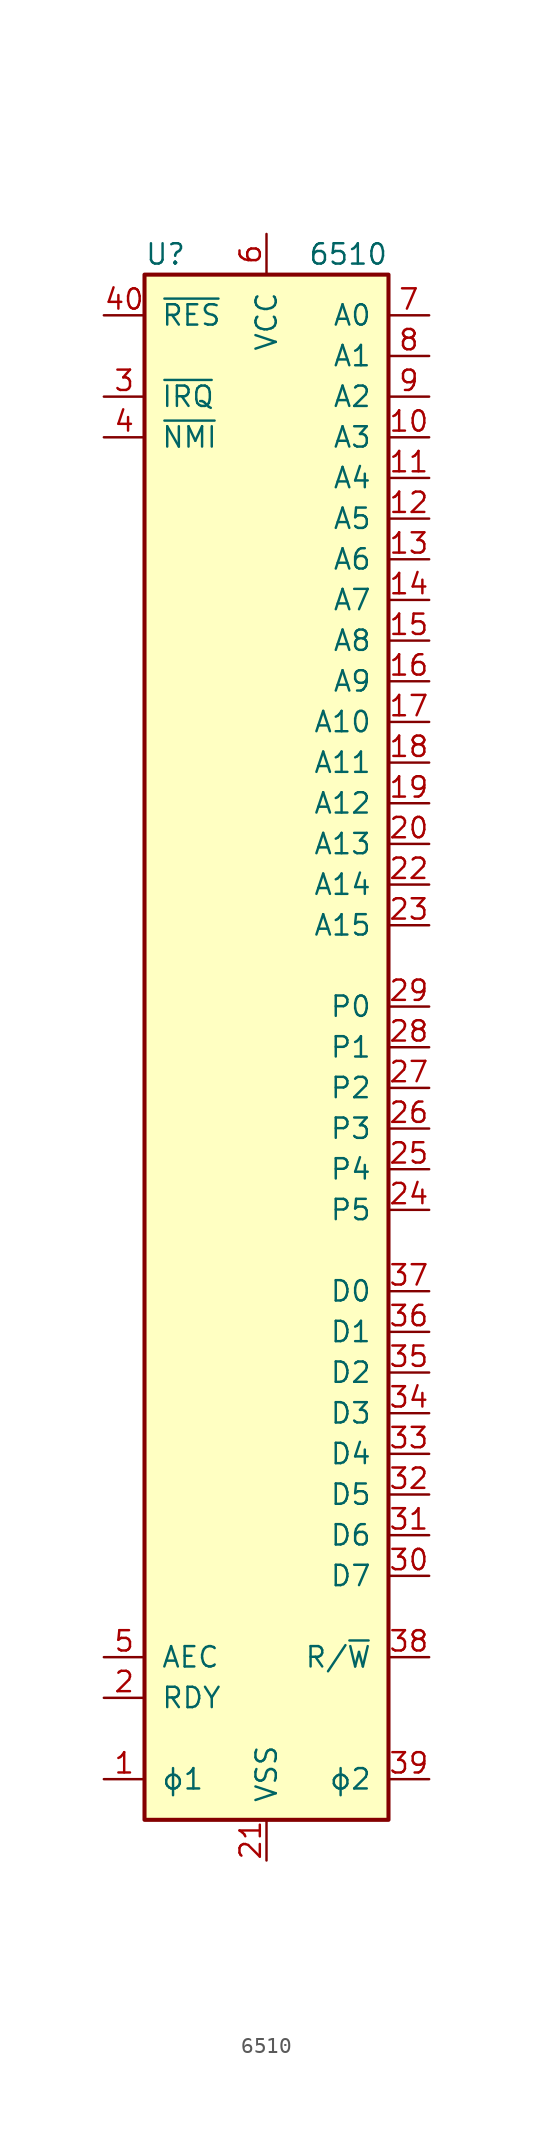
<source format=kicad_sym>
(kicad_symbol_lib
  (version 20220914)
  (generator kicad_symbol_editor)
  (symbol "6510"
    (pin_names
      (offset 1.016))
    (property "Reference" "U"
      (at -7.62 49.53 0)
      (effects (font (size 1.27 1.27)) (justify left)))
    (property "Value" "6510"
      (at 7.62 49.53 0)
      (effects (font (size 1.27 1.27)) (justify right)))
    (symbol "6510_0_1"
      (rectangle (start -7.62 48.26) (end 7.62 -48.26) (stroke (width 0.254) (type default)) (fill (type background))))
    (symbol "6510_1_1"
      (pin input line (at -10.16 -45.72 0) (length 2.54) (name "ϕ1" (effects (font (size 1.27 1.27)))) (number "1" (effects (font (size 1.27 1.27)))))
      (pin tri_state line (at 10.16 38.1 180) (length 2.54) (name "A3" (effects (font (size 1.27 1.27)))) (number "10" (effects (font (size 1.27 1.27)))))
      (pin tri_state line (at 10.16 35.56 180) (length 2.54) (name "A4" (effects (font (size 1.27 1.27)))) (number "11" (effects (font (size 1.27 1.27)))))
      (pin tri_state line (at 10.16 33.02 180) (length 2.54) (name "A5" (effects (font (size 1.27 1.27)))) (number "12" (effects (font (size 1.27 1.27)))))
      (pin tri_state line (at 10.16 30.48 180) (length 2.54) (name "A6" (effects (font (size 1.27 1.27)))) (number "13" (effects (font (size 1.27 1.27)))))
      (pin tri_state line (at 10.16 27.94 180) (length 2.54) (name "A7" (effects (font (size 1.27 1.27)))) (number "14" (effects (font (size 1.27 1.27)))))
      (pin tri_state line (at 10.16 25.4 180) (length 2.54) (name "A8" (effects (font (size 1.27 1.27)))) (number "15" (effects (font (size 1.27 1.27)))))
      (pin tri_state line (at 10.16 22.86 180) (length 2.54) (name "A9" (effects (font (size 1.27 1.27)))) (number "16" (effects (font (size 1.27 1.27)))))
      (pin tri_state line (at 10.16 20.32 180) (length 2.54) (name "A10" (effects (font (size 1.27 1.27)))) (number "17" (effects (font (size 1.27 1.27)))))
      (pin tri_state line (at 10.16 17.78 180) (length 2.54) (name "A11" (effects (font (size 1.27 1.27)))) (number "18" (effects (font (size 1.27 1.27)))))
      (pin tri_state line (at 10.16 15.24 180) (length 2.54) (name "A12" (effects (font (size 1.27 1.27)))) (number "19" (effects (font (size 1.27 1.27)))))
      (pin input line (at -10.16 -40.64 0) (length 2.54) (name "RDY" (effects (font (size 1.27 1.27)))) (number "2" (effects (font (size 1.27 1.27)))))
      (pin tri_state line (at 10.16 12.7 180) (length 2.54) (name "A13" (effects (font (size 1.27 1.27)))) (number "20" (effects (font (size 1.27 1.27)))))
      (pin power_in line (at 0 -50.8 90) (length 2.54) (name "VSS" (effects (font (size 1.27 1.27)))) (number "21" (effects (font (size 1.27 1.27)))))
      (pin tri_state line (at 10.16 10.16 180) (length 2.54) (name "A14" (effects (font (size 1.27 1.27)))) (number "22" (effects (font (size 1.27 1.27)))))
      (pin tri_state line (at 10.16 7.62 180) (length 2.54) (name "A15" (effects (font (size 1.27 1.27)))) (number "23" (effects (font (size 1.27 1.27)))))
      (pin bidirectional line (at 10.16 -10.16 180) (length 2.54) (name "P5" (effects (font (size 1.27 1.27)))) (number "24" (effects (font (size 1.27 1.27)))))
      (pin bidirectional line (at 10.16 -7.62 180) (length 2.54) (name "P4" (effects (font (size 1.27 1.27)))) (number "25" (effects (font (size 1.27 1.27)))))
      (pin bidirectional line (at 10.16 -5.08 180) (length 2.54) (name "P3" (effects (font (size 1.27 1.27)))) (number "26" (effects (font (size 1.27 1.27)))))
      (pin bidirectional line (at 10.16 -2.54 180) (length 2.54) (name "P2" (effects (font (size 1.27 1.27)))) (number "27" (effects (font (size 1.27 1.27)))))
      (pin bidirectional line (at 10.16 0 180) (length 2.54) (name "P1" (effects (font (size 1.27 1.27)))) (number "28" (effects (font (size 1.27 1.27)))))
      (pin bidirectional line (at 10.16 2.54 180) (length 2.54) (name "P0" (effects (font (size 1.27 1.27)))) (number "29" (effects (font (size 1.27 1.27)))))
      (pin input line (at -10.16 40.64 0) (length 2.54) (name "~{IRQ}" (effects (font (size 1.27 1.27)))) (number "3" (effects (font (size 1.27 1.27)))))
      (pin bidirectional line (at 10.16 -33.02 180) (length 2.54) (name "D7" (effects (font (size 1.27 1.27)))) (number "30" (effects (font (size 1.27 1.27)))))
      (pin bidirectional line (at 10.16 -30.48 180) (length 2.54) (name "D6" (effects (font (size 1.27 1.27)))) (number "31" (effects (font (size 1.27 1.27)))))
      (pin bidirectional line (at 10.16 -27.94 180) (length 2.54) (name "D5" (effects (font (size 1.27 1.27)))) (number "32" (effects (font (size 1.27 1.27)))))
      (pin bidirectional line (at 10.16 -25.4 180) (length 2.54) (name "D4" (effects (font (size 1.27 1.27)))) (number "33" (effects (font (size 1.27 1.27)))))
      (pin bidirectional line (at 10.16 -22.86 180) (length 2.54) (name "D3" (effects (font (size 1.27 1.27)))) (number "34" (effects (font (size 1.27 1.27)))))
      (pin bidirectional line (at 10.16 -20.32 180) (length 2.54) (name "D2" (effects (font (size 1.27 1.27)))) (number "35" (effects (font (size 1.27 1.27)))))
      (pin bidirectional line (at 10.16 -17.78 180) (length 2.54) (name "D1" (effects (font (size 1.27 1.27)))) (number "36" (effects (font (size 1.27 1.27)))))
      (pin bidirectional line (at 10.16 -15.24 180) (length 2.54) (name "D0" (effects (font (size 1.27 1.27)))) (number "37" (effects (font (size 1.27 1.27)))))
      (pin tri_state line (at 10.16 -38.1 180) (length 2.54) (name "R/~{W}" (effects (font (size 1.27 1.27)))) (number "38" (effects (font (size 1.27 1.27)))))
      (pin output line (at 10.16 -45.72 180) (length 2.54) (name "ϕ2" (effects (font (size 1.27 1.27)))) (number "39" (effects (font (size 1.27 1.27)))))
      (pin input line (at -10.16 38.1 0) (length 2.54) (name "~{NMI}" (effects (font (size 1.27 1.27)))) (number "4" (effects (font (size 1.27 1.27)))))
      (pin input line (at -10.16 45.72 0) (length 2.54) (name "~{RES}" (effects (font (size 1.27 1.27)))) (number "40" (effects (font (size 1.27 1.27)))))
      (pin input line (at -10.16 -38.1 0) (length 2.54) (name "AEC" (effects (font (size 1.27 1.27)))) (number "5" (effects (font (size 1.27 1.27)))))
      (pin power_in line (at 0 50.8 270) (length 2.54) (name "VCC" (effects (font (size 1.27 1.27)))) (number "6" (effects (font (size 1.27 1.27)))))
      (pin tri_state line (at 10.16 45.72 180) (length 2.54) (name "A0" (effects (font (size 1.27 1.27)))) (number "7" (effects (font (size 1.27 1.27)))))
      (pin tri_state line (at 10.16 43.18 180) (length 2.54) (name "A1" (effects (font (size 1.27 1.27)))) (number "8" (effects (font (size 1.27 1.27)))))
      (pin tri_state line (at 10.16 40.64 180) (length 2.54) (name "A2" (effects (font (size 1.27 1.27)))) (number "9" (effects (font (size 1.27 1.27))))))))
</source>
